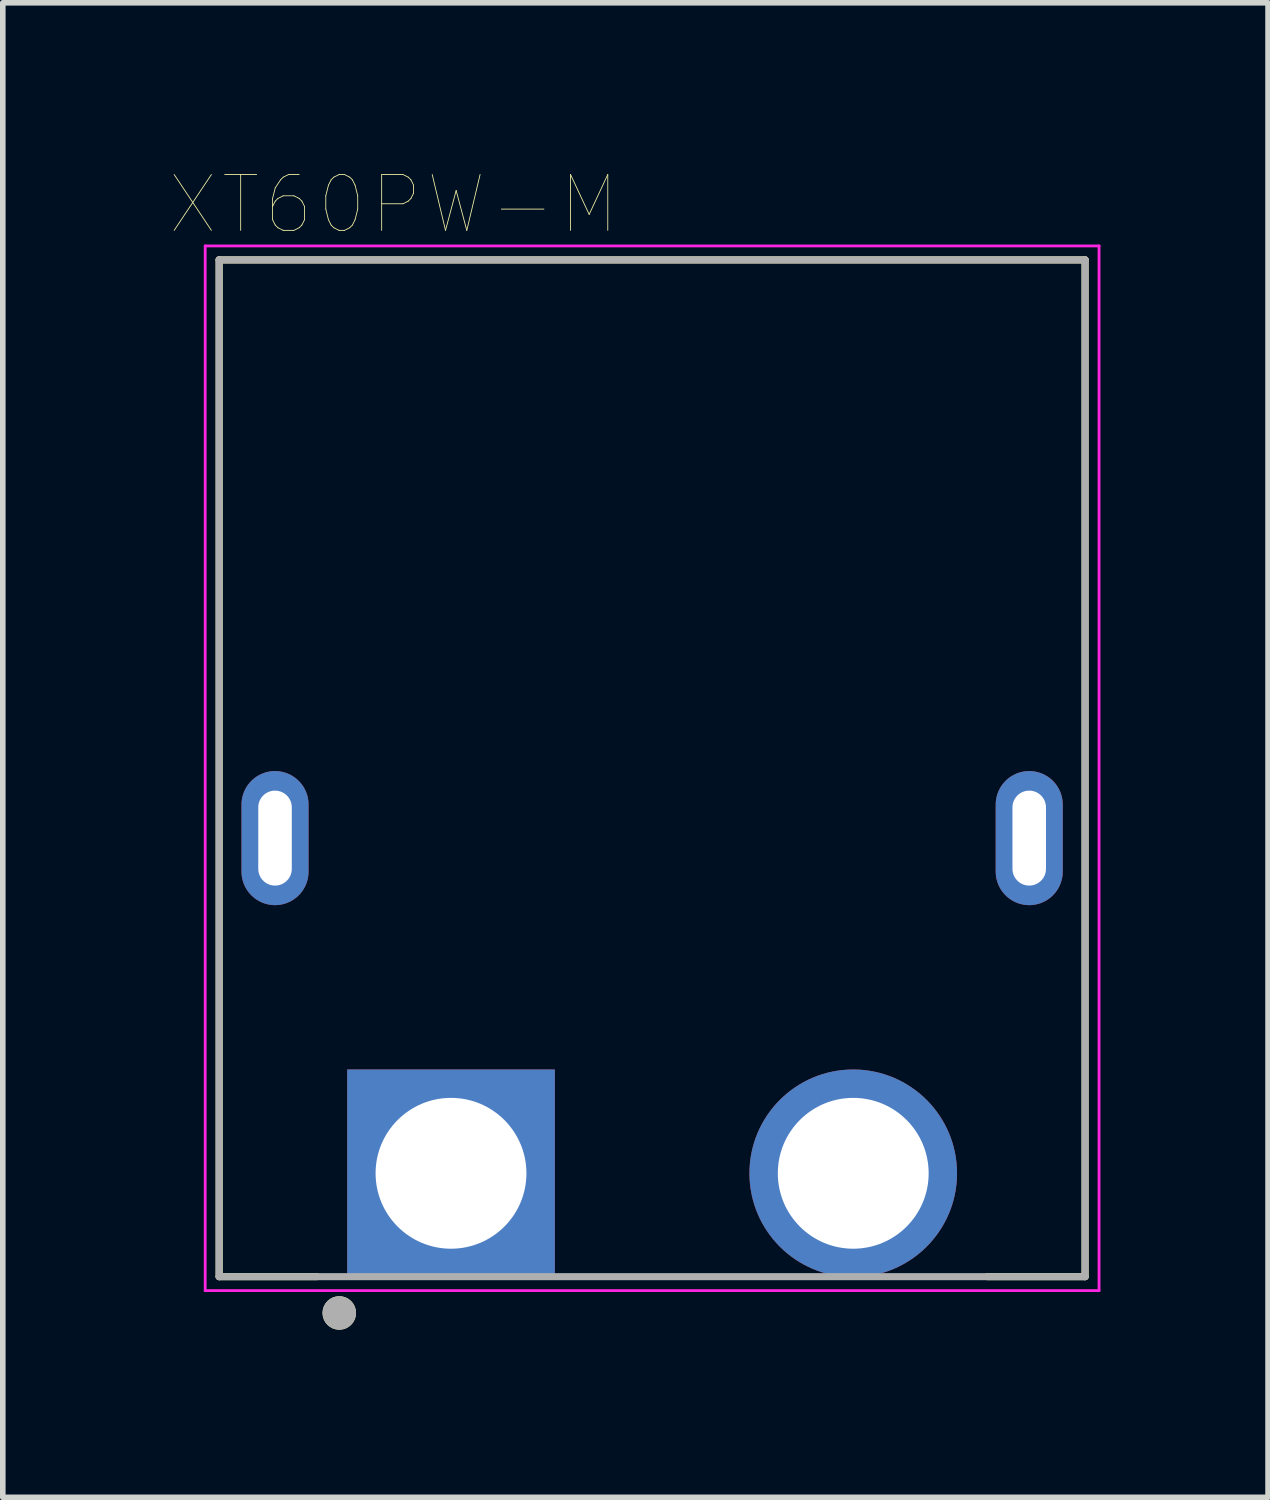
<source format=kicad_pcb>
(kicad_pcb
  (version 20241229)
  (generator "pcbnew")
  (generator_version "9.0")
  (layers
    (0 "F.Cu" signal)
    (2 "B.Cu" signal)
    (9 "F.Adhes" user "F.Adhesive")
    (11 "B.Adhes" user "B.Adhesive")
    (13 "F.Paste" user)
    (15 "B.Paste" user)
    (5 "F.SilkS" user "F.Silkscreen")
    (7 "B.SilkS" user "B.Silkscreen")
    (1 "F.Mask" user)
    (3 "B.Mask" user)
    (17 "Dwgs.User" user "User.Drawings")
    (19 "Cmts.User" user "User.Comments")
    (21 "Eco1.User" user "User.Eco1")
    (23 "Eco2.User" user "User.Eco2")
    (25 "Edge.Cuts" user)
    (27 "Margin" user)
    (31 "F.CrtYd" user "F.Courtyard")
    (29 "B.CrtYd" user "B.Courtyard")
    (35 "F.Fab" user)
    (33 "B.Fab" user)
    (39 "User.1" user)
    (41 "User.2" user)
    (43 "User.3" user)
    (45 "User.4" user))
  (footprint "XT60PW-M"
    (layer "F.Cu")
    (at 8.623 11.952)
    (property "Reference" "XT60PW-M" (at -4.627 -11.34 0) (layer "F.SilkS") (effects (font (size 1 1) (thickness 0.015))))
    (attr through_hole)
    (fp_line (start -7.75 -10.35) (end -7.75 7.85) (stroke (width 0.127) (type solid)) (layer "F.SilkS"))
    (fp_line (start -7.75 7.85) (end -6 7.85) (stroke (width 0.127) (type solid)) (layer "F.SilkS"))
    (fp_line (start 7.75 -10.35) (end -7.75 -10.35) (stroke (width 0.127) (type solid)) (layer "F.SilkS"))
    (fp_line (start 7.75 7.85) (end 6 7.85) (stroke (width 0.127) (type solid)) (layer "F.SilkS"))
    (fp_line (start 7.75 7.85) (end 7.75 -10.35) (stroke (width 0.127) (type solid)) (layer "F.SilkS"))
    (fp_circle (center -5.6 8.5) (end -5.45 8.5) (stroke (width 0.3) (type solid)) (fill no) (layer "F.SilkS"))
    (fp_line (start -8 -10.6) (end 8 -10.6) (stroke (width 0.05) (type solid)) (layer "F.CrtYd"))
    (fp_line (start -8 8.1) (end -8 -10.6) (stroke (width 0.05) (type solid)) (layer "F.CrtYd"))
    (fp_line (start 8 -10.6) (end 8 8.1) (stroke (width 0.05) (type solid)) (layer "F.CrtYd"))
    (fp_line (start 8 8.1) (end -8 8.1) (stroke (width 0.05) (type solid)) (layer "F.CrtYd"))
    (fp_line (start -7.75 -10.35) (end -7.75 7.85) (stroke (width 0.127) (type solid)) (layer "F.Fab"))
    (fp_line (start -7.75 7.85) (end 7.75 7.85) (stroke (width 0.127) (type solid)) (layer "F.Fab"))
    (fp_line (start 7.75 -10.35) (end -7.75 -10.35) (stroke (width 0.127) (type solid)) (layer "F.Fab"))
    (fp_line (start 7.75 7.85) (end 7.75 -10.35) (stroke (width 0.127) (type solid)) (layer "F.Fab"))
    (fp_circle (center -5.6 8.5) (end -5.45 8.5) (stroke (width 0.3) (type solid)) (fill no) (layer "F.Fab"))
    (pad "1" thru_hole rect (at -3.6 6) (size 3.716 3.716) (drill 2.7) (layers "*.Cu" "*.Mask"))
    (pad "2" thru_hole circle (at 3.6 6) (size 3.716 3.716) (drill 2.7) (layers "*.Cu" "*.Mask"))
    (pad "S1" thru_hole oval (at -6.75 0) (size 1.2 2.4) (drill oval 0.6 1.7) (layers "*.Cu" "*.Mask"))
    (pad "S2" thru_hole oval (at 6.75 0) (size 1.2 2.4) (drill oval 0.6 1.7) (layers "*.Cu" "*.Mask")))
  (gr_rect
    (start -3 -3)
    (end 19.648 23.752)
    (stroke (width 0.1) (type default))
    (fill no)
    (layer "Edge.Cuts")))
</source>
